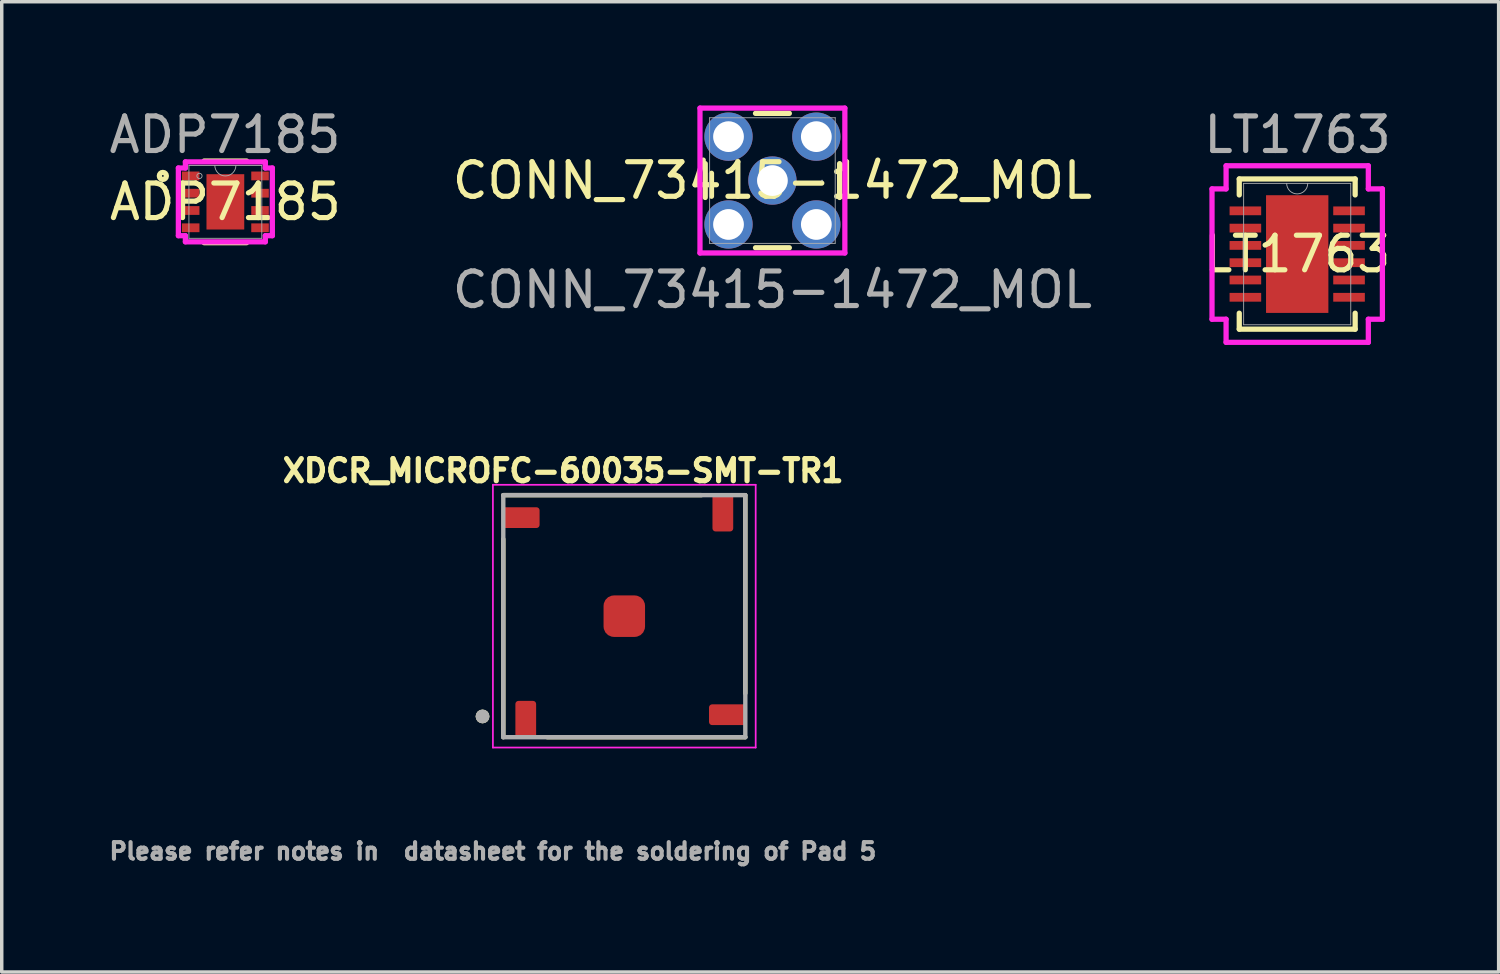
<source format=kicad_pcb>
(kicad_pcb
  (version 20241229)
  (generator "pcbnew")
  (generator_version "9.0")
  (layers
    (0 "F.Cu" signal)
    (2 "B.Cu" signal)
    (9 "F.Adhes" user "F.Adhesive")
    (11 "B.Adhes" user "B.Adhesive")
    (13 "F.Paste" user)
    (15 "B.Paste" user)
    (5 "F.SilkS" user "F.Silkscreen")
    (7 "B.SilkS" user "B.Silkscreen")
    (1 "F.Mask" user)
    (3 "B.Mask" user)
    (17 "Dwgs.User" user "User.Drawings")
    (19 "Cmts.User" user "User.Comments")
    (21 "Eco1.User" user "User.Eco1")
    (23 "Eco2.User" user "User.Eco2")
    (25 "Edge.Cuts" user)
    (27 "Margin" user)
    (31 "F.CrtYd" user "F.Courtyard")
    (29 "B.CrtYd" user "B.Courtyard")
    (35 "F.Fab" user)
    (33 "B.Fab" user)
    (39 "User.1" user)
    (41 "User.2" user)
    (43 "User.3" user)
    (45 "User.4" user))
  (footprint "CONN_73415-1472_MOL"
    (layer "F.Cu")
    (at 19.29 2.172)
    (property "Reference" "CONN_73415-1472_MOL" (at 0 0 0) (unlocked yes) (layer "F.SilkS") (effects (font (size 1 1) (thickness 0.15))))
    (attr through_hole)
    (fp_line (start -1.943 -0.489) (end -1.943 0.489) (stroke (width 0.152) (type solid)) (layer "F.SilkS"))
    (fp_line (start -0.489 1.943) (end 0.489 1.943) (stroke (width 0.152) (type solid)) (layer "F.SilkS"))
    (fp_line (start 0.489 -1.943) (end -0.489 -1.943) (stroke (width 0.152) (type solid)) (layer "F.SilkS"))
    (fp_line (start 1.943 0.489) (end 1.943 -0.489) (stroke (width 0.152) (type solid)) (layer "F.SilkS"))
    (fp_line (start -2.095 -2.095) (end 2.095 -2.095) (stroke (width 0.152) (type solid)) (layer "F.CrtYd"))
    (fp_line (start -2.095 2.095) (end -2.095 -2.095) (stroke (width 0.152) (type solid)) (layer "F.CrtYd"))
    (fp_line (start 2.095 -2.095) (end 2.095 2.095) (stroke (width 0.152) (type solid)) (layer "F.CrtYd"))
    (fp_line (start 2.095 2.095) (end -2.095 2.095) (stroke (width 0.152) (type solid)) (layer "F.CrtYd"))
    (fp_line (start -1.816 -1.816) (end -1.816 1.816) (stroke (width 0.025) (type solid)) (layer "F.Fab"))
    (fp_line (start -1.816 1.816) (end 1.816 1.816) (stroke (width 0.025) (type solid)) (layer "F.Fab"))
    (fp_line (start 1.816 -1.816) (end -1.816 -1.816) (stroke (width 0.025) (type solid)) (layer "F.Fab"))
    (fp_line (start 1.816 1.816) (end 1.816 -1.816) (stroke (width 0.025) (type solid)) (layer "F.Fab"))
    (fp_circle (center 1.435 0) (end 1.435 0) (stroke (width 0.025) (type solid)) (fill no) (layer "F.Fab"))
    (fp_text user "${REFERENCE}" (at 0 3.16 0) (unlocked yes) (layer "F.Fab") (effects (font (size 1 1) (thickness 0.15))))
    (pad "1" thru_hole circle (at 0 0) (size 1.397 1.397) (drill 0.889) (layers "*.Cu" "*.Mask"))
    (pad "2" thru_hole circle (at -1.27 -1.27) (size 1.397 1.397) (drill 0.889) (layers "*.Cu" "*.Mask"))
    (pad "3" thru_hole circle (at -1.27 1.27) (size 1.397 1.397) (drill 0.889) (layers "*.Cu" "*.Mask"))
    (pad "4" thru_hole circle (at 1.27 1.27) (size 1.397 1.397) (drill 0.889) (layers "*.Cu" "*.Mask"))
    (pad "5" thru_hole circle (at 1.27 -1.27) (size 1.397 1.397) (drill 0.889) (layers "*.Cu" "*.Mask")))
  (footprint "LT1763"
    (layer "F.Cu")
    (at 34.468 4.298)
    (property "Reference" "LT1763" (at 0 0 0) (unlocked yes) (layer "F.SilkS") (effects (font (size 1 1) (thickness 0.15))))
    (attr smd)
    (fp_line (start -1.676 -2.172) (end -1.676 -1.71) (stroke (width 0.152) (type solid)) (layer "F.SilkS"))
    (fp_line (start -1.676 1.71) (end -1.676 2.172) (stroke (width 0.152) (type solid)) (layer "F.SilkS"))
    (fp_line (start -1.676 2.172) (end 1.676 2.172) (stroke (width 0.152) (type solid)) (layer "F.SilkS"))
    (fp_line (start 1.676 -2.172) (end -1.676 -2.172) (stroke (width 0.152) (type solid)) (layer "F.SilkS"))
    (fp_line (start 1.676 -1.71) (end 1.676 -2.172) (stroke (width 0.152) (type solid)) (layer "F.SilkS"))
    (fp_line (start 1.676 2.172) (end 1.676 1.71) (stroke (width 0.152) (type solid)) (layer "F.SilkS"))
    (fp_poly (pts (xy -0.802 -1.602) (xy -0.802 -0.1) (xy 0.802 -0.1) (xy 0.802 -1.602)) (stroke (width 0) (type solid)) (fill yes) (layer "F.Paste"))
    (fp_poly (pts (xy -0.802 0.1) (xy -0.802 1.602) (xy 0.802 1.602) (xy 0.802 0.1)) (stroke (width 0) (type solid)) (fill yes) (layer "F.Paste"))
    (fp_line (start -2.464 -1.885) (end -2.057 -1.885) (stroke (width 0.152) (type solid)) (layer "F.CrtYd"))
    (fp_line (start -2.464 1.885) (end -2.464 -1.885) (stroke (width 0.152) (type solid)) (layer "F.CrtYd"))
    (fp_line (start -2.464 1.885) (end -2.057 1.885) (stroke (width 0.152) (type solid)) (layer "F.CrtYd"))
    (fp_line (start -2.057 -2.553) (end 2.057 -2.553) (stroke (width 0.152) (type solid)) (layer "F.CrtYd"))
    (fp_line (start -2.057 -1.885) (end -2.057 -2.553) (stroke (width 0.152) (type solid)) (layer "F.CrtYd"))
    (fp_line (start -2.057 2.553) (end -2.057 1.885) (stroke (width 0.152) (type solid)) (layer "F.CrtYd"))
    (fp_line (start 2.057 -2.553) (end 2.057 -1.885) (stroke (width 0.152) (type solid)) (layer "F.CrtYd"))
    (fp_line (start 2.057 1.885) (end 2.057 2.553) (stroke (width 0.152) (type solid)) (layer "F.CrtYd"))
    (fp_line (start 2.057 2.553) (end -2.057 2.553) (stroke (width 0.152) (type solid)) (layer "F.CrtYd"))
    (fp_line (start 2.464 -1.885) (end 2.057 -1.885) (stroke (width 0.152) (type solid)) (layer "F.CrtYd"))
    (fp_line (start 2.464 -1.885) (end 2.464 1.885) (stroke (width 0.152) (type solid)) (layer "F.CrtYd"))
    (fp_line (start 2.464 1.885) (end 2.057 1.885) (stroke (width 0.152) (type solid)) (layer "F.CrtYd"))
    (fp_line (start -1.549 -2.045) (end -1.549 2.045) (stroke (width 0.025) (type solid)) (layer "F.Fab"))
    (fp_line (start -1.549 2.045) (end 1.549 2.045) (stroke (width 0.025) (type solid)) (layer "F.Fab"))
    (fp_line (start 1.549 -2.045) (end -1.549 -2.045) (stroke (width 0.025) (type solid)) (layer "F.Fab"))
    (fp_line (start 1.549 2.045) (end 1.549 -2.045) (stroke (width 0.025) (type solid)) (layer "F.Fab"))
    (fp_arc (start 0.3048 -2.0447) (mid 0 -1.7399) (end -0.3048 -2.0447) (stroke (width 0.0254) (type solid)) (layer "F.Fab"))
    (fp_text user "${REFERENCE}" (at 0.01 -3.45 0) (unlocked yes) (layer "F.Fab") (effects (font (size 1 1) (thickness 0.15))))
    (pad "1" smd rect (at -1.499 -1.25) (size 0.914 0.254) (layers "F.Cu" "F.Mask" "F.Paste"))
    (pad "2" smd rect (at -1.499 -0.75) (size 0.914 0.254) (layers "F.Cu" "F.Mask" "F.Paste"))
    (pad "3" smd rect (at -1.499 -0.25) (size 0.914 0.254) (layers "F.Cu" "F.Mask" "F.Paste"))
    (pad "4" smd rect (at -1.499 0.25) (size 0.914 0.254) (layers "F.Cu" "F.Mask" "F.Paste"))
    (pad "5" smd rect (at -1.499 0.75) (size 0.914 0.254) (layers "F.Cu" "F.Mask" "F.Paste"))
    (pad "6" smd rect (at -1.499 1.25) (size 0.914 0.254) (layers "F.Cu" "F.Mask" "F.Paste"))
    (pad "7" smd rect (at 1.499 1.25) (size 0.914 0.254) (layers "F.Cu" "F.Mask" "F.Paste"))
    (pad "8" smd rect (at 1.499 0.75) (size 0.914 0.254) (layers "F.Cu" "F.Mask" "F.Paste"))
    (pad "9" smd rect (at 1.499 0.25) (size 0.914 0.254) (layers "F.Cu" "F.Mask" "F.Paste"))
    (pad "10" smd rect (at 1.499 -0.25) (size 0.914 0.254) (layers "F.Cu" "F.Mask" "F.Paste"))
    (pad "11" smd rect (at 1.499 -0.75) (size 0.914 0.254) (layers "F.Cu" "F.Mask" "F.Paste"))
    (pad "12" smd rect (at 1.499 -1.25) (size 0.914 0.254) (layers "F.Cu" "F.Mask" "F.Paste"))
    (pad "13" smd rect (at 0 0) (size 1.803 3.404) (layers "F.Cu" "F.Mask" "F.Paste")))
  (footprint "ADP7185"
    (layer "F.Cu")
    (at 3.468 2.788)
    (property "Reference" "ADP7185" (at 0 0 0) (unlocked yes) (layer "F.SilkS") (effects (font (size 1 1) (thickness 0.15))))
    (attr smd)
    (fp_line (start -0.614 1.181) (end 0.614 1.181) (stroke (width 0.152) (type solid)) (layer "F.SilkS"))
    (fp_line (start 0.614 -1.181) (end -0.614 -1.181) (stroke (width 0.152) (type solid)) (layer "F.SilkS"))
    (fp_circle (center -1.808 -0.75) (end -1.706 -0.75) (stroke (width 0.152) (type solid)) (fill no) (layer "F.SilkS"))
    (fp_line (start -1.359 -0.979) (end -1.156 -0.979) (stroke (width 0.152) (type solid)) (layer "F.CrtYd"))
    (fp_line (start -1.359 0.979) (end -1.359 -0.979) (stroke (width 0.152) (type solid)) (layer "F.CrtYd"))
    (fp_line (start -1.359 0.979) (end -1.156 0.979) (stroke (width 0.152) (type solid)) (layer "F.CrtYd"))
    (fp_line (start -1.156 -1.156) (end 1.156 -1.156) (stroke (width 0.152) (type solid)) (layer "F.CrtYd"))
    (fp_line (start -1.156 -0.979) (end -1.156 -1.156) (stroke (width 0.152) (type solid)) (layer "F.CrtYd"))
    (fp_line (start -1.156 1.156) (end -1.156 0.979) (stroke (width 0.152) (type solid)) (layer "F.CrtYd"))
    (fp_line (start 1.156 -1.156) (end 1.156 -0.979) (stroke (width 0.152) (type solid)) (layer "F.CrtYd"))
    (fp_line (start 1.156 0.979) (end 1.156 1.156) (stroke (width 0.152) (type solid)) (layer "F.CrtYd"))
    (fp_line (start 1.156 1.156) (end -1.156 1.156) (stroke (width 0.152) (type solid)) (layer "F.CrtYd"))
    (fp_line (start 1.359 -0.979) (end 1.156 -0.979) (stroke (width 0.152) (type solid)) (layer "F.CrtYd"))
    (fp_line (start 1.359 -0.979) (end 1.359 0.979) (stroke (width 0.152) (type solid)) (layer "F.CrtYd"))
    (fp_line (start 1.359 0.979) (end 1.156 0.979) (stroke (width 0.152) (type solid)) (layer "F.CrtYd"))
    (fp_line (start -1.054 -1.054) (end -1.054 1.054) (stroke (width 0.025) (type solid)) (layer "F.Fab"))
    (fp_line (start -1.054 1.054) (end 1.054 1.054) (stroke (width 0.025) (type solid)) (layer "F.Fab"))
    (fp_line (start 1.054 -1.054) (end -1.054 -1.054) (stroke (width 0.025) (type solid)) (layer "F.Fab"))
    (fp_line (start 1.054 1.054) (end 1.054 -1.054) (stroke (width 0.025) (type solid)) (layer "F.Fab"))
    (fp_arc (start 0.3048 -1.0541) (mid 0 -0.7493) (end -0.3048 -1.0541) (stroke (width 0.0254) (type solid)) (layer "F.Fab"))
    (fp_circle (center -0.749 -0.75) (end -0.673 -0.75) (stroke (width 0.025) (type solid)) (fill no) (layer "F.Fab"))
    (fp_text user "${REFERENCE}" (at -0.01 -1.94 0) (unlocked yes) (layer "F.Fab") (effects (font (size 1 1) (thickness 0.15))))
    (pad "1" smd rect (at -1.003 -0.75) (size 0.508 0.254) (layers "F.Cu" "F.Mask" "F.Paste"))
    (pad "2" smd rect (at -1.003 -0.25) (size 0.508 0.254) (layers "F.Cu" "F.Mask" "F.Paste"))
    (pad "3" smd rect (at -1.003 0.25) (size 0.508 0.254) (layers "F.Cu" "F.Mask" "F.Paste"))
    (pad "4" smd rect (at -1.003 0.75) (size 0.508 0.254) (layers "F.Cu" "F.Mask" "F.Paste"))
    (pad "5" smd rect (at 1.003 0.75) (size 0.508 0.254) (layers "F.Cu" "F.Mask" "F.Paste"))
    (pad "6" smd rect (at 1.003 0.25) (size 0.508 0.254) (layers "F.Cu" "F.Mask" "F.Paste"))
    (pad "7" smd rect (at 1.003 -0.25) (size 0.508 0.254) (layers "F.Cu" "F.Mask" "F.Paste"))
    (pad "8" smd rect (at 1.003 -0.75) (size 0.508 0.254) (layers "F.Cu" "F.Mask" "F.Paste"))
    (pad "9" smd rect (at 0 0) (size 1.092 1.6) (layers "F.Cu" "F.Mask" "F.Paste")))
  (footprint "XDCR_MICROFC-60035-SMT-TR1"
    (layer "F.Cu")
    (at 15.006 14.771)
    (property "Reference" "XDCR_MICROFC-60035-SMT-TR1" (at -1.768 -4.206 0) (layer "F.SilkS") (effects (font (size 0.64 0.64) (thickness 0.15))))
    (attr smd)
    (fp_line (start -3.5 -3.5) (end 2.23 -3.5) (stroke (width 0.127) (type solid)) (layer "F.SilkS"))
    (fp_line (start -3.5 -2.23) (end -3.5 3.5) (stroke (width 0.127) (type solid)) (layer "F.SilkS"))
    (fp_line (start -2.23 3.5) (end 3.5 3.5) (stroke (width 0.127) (type solid)) (layer "F.SilkS"))
    (fp_line (start 3.5 -3.5) (end 3.5 2.23) (stroke (width 0.127) (type solid)) (layer "F.SilkS"))
    (fp_circle (center -4.1 2.9) (end -4 2.9) (stroke (width 0.2) (type solid)) (fill no) (layer "F.SilkS"))
    (fp_rect (start -0.6 -0.6) (end 0.6 0.6) (stroke (width 0.1) (type solid)) (fill yes) (layer "F.Paste"))
    (fp_line (start -3.8 -3.8) (end 3.8 -3.8) (stroke (width 0.05) (type solid)) (layer "F.CrtYd"))
    (fp_line (start -3.8 3.8) (end -3.8 -3.8) (stroke (width 0.05) (type solid)) (layer "F.CrtYd"))
    (fp_line (start 3.8 -3.8) (end 3.8 3.8) (stroke (width 0.05) (type solid)) (layer "F.CrtYd"))
    (fp_line (start 3.8 3.8) (end -3.8 3.8) (stroke (width 0.05) (type solid)) (layer "F.CrtYd"))
    (fp_line (start -3.5 -3.5) (end 3.5 -3.5) (stroke (width 0.127) (type solid)) (layer "F.Fab"))
    (fp_line (start -3.5 3.5) (end -3.5 -3.5) (stroke (width 0.127) (type solid)) (layer "F.Fab"))
    (fp_line (start 3.5 -3.5) (end 3.5 3.5) (stroke (width 0.127) (type solid)) (layer "F.Fab"))
    (fp_line (start 3.5 3.5) (end -3.5 3.5) (stroke (width 0.127) (type solid)) (layer "F.Fab"))
    (fp_circle (center -4.1 2.9) (end -4 2.9) (stroke (width 0.2) (type solid)) (fill no) (layer "F.Fab"))
    (fp_text user "Please refer notes in  datasheet for the soldering of Pad 5" (at -3.8 6.8 0) (layer "F.Fab") (effects (font (size 0.48 0.48) (thickness 0.15))))
    (pad "1" smd roundrect (at -2.85 3 90) (size 1.1 0.6) (layers "F.Cu" "F.Mask" "F.Paste") (roundrect_rratio 0.15))
    (pad "2" smd roundrect (at 3 2.85 180) (size 1.1 0.6) (layers "F.Cu" "F.Mask" "F.Paste") (roundrect_rratio 0.15))
    (pad "3" smd roundrect (at 2.85 -3 270) (size 1.1 0.6) (layers "F.Cu" "F.Mask" "F.Paste") (roundrect_rratio 0.15))
    (pad "4" smd roundrect (at -3 -2.85) (size 1.1 0.6) (layers "F.Cu" "F.Mask" "F.Paste") (roundrect_rratio 0.15))
    (pad "5" smd roundrect (at 0 0) (size 1.2 1.2) (layers "F.Cu" "F.Mask" "F.Paste") (roundrect_rratio 0.25)))
  (gr_rect
    (start -3 -3)
    (end 40.294 25.063)
    (stroke (width 0.1) (type default))
    (fill no)
    (layer "Edge.Cuts")))
</source>
